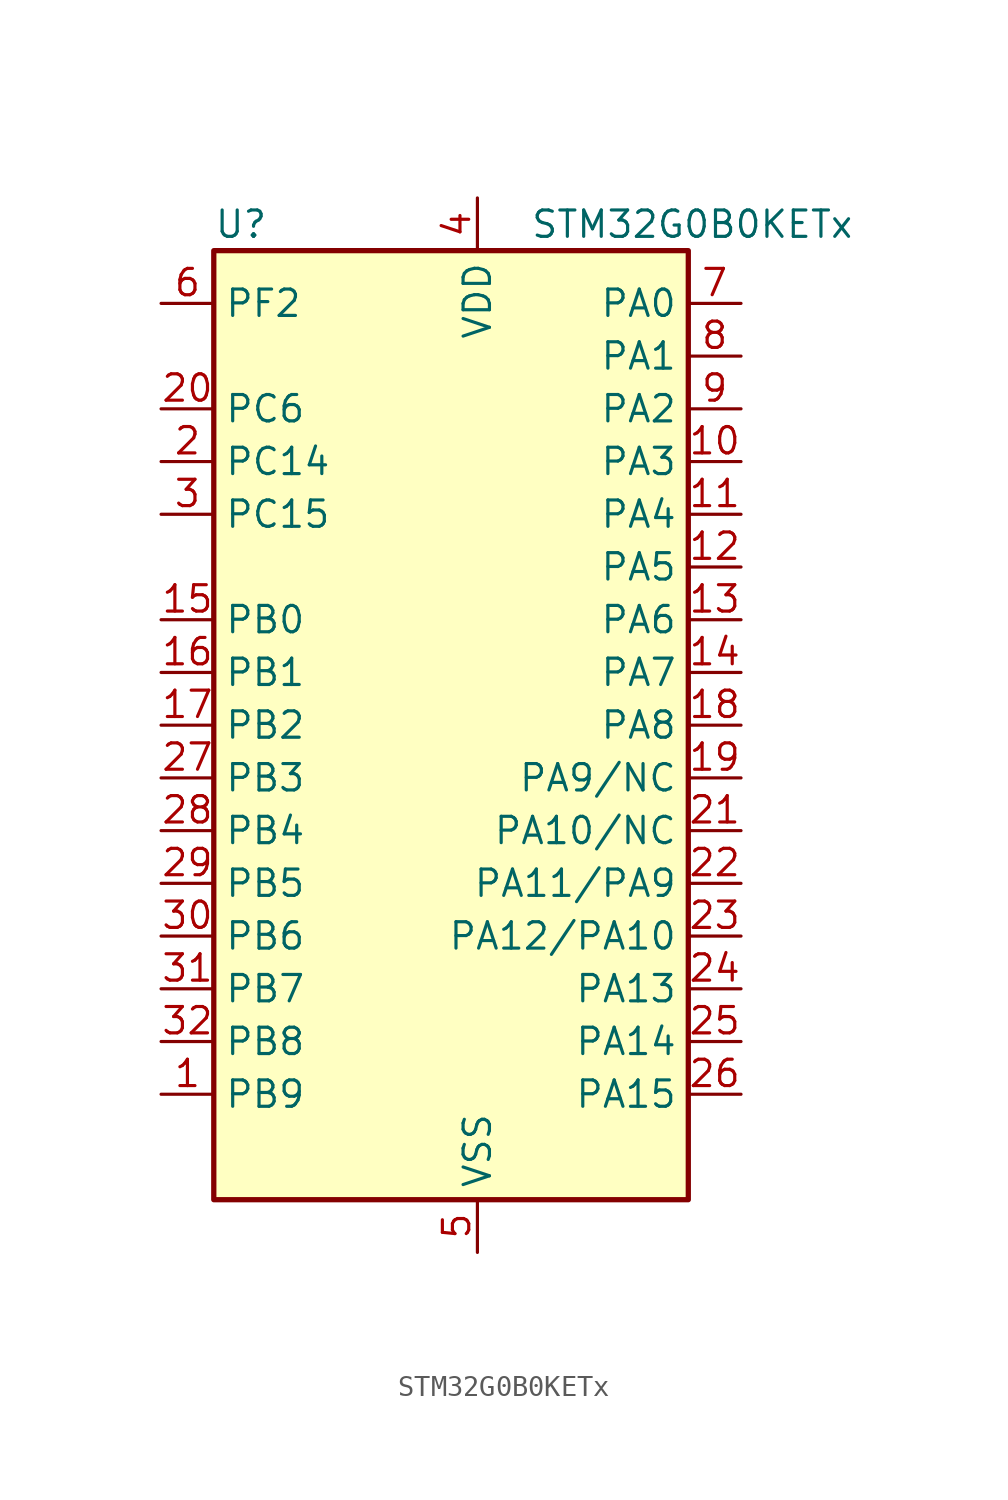
<source format=kicad_sym>
(kicad_symbol_lib
  (version 20211014)
  (generator kicad-library-utils)
  (symbol "STM32G0B0KETx"
    (property "Reference" "U"
      (at -10.16 24.13 0)
      (effects (font (size 1.27 1.27)) (justify left)))
    (property "Value" "STM32G0B0KETx"
      (at 5.08 24.13 0)
      (effects (font (size 1.27 1.27)) (justify left)))
    (property "ki_fp_filters" "QFN*1EP*5x5mm*P0.5mm*"
      (at 0.0 0.0 0.0)
      (effects (font (size 1.27 1.27))))
    (symbol "STM32G0B0KETx_0_1"
      (rectangle (start -10.16 -22.86) (end 12.7 22.86) (stroke (width 0.254)) (fill (type background))))
    (symbol "STM32G0B0KETx_1_1"
      (pin bidirectional line (at -12.7 20.32 0) (length 2.54) (name "PF2" (effects (font (size 1.27 1.27)))) (number "6" (effects (font (size 1.27 1.27)))) (alternate "RCC_MCO" bidirectional line))
      (pin bidirectional line (at -12.7 15.24 0) (length 2.54) (name "PC6" (effects (font (size 1.27 1.27)))) (number "20" (effects (font (size 1.27 1.27)))) (alternate "TIM3_CH1" bidirectional line))
      (pin bidirectional line (at -12.7 12.7 0) (length 2.54) (name "PC14" (effects (font (size 1.27 1.27)))) (number "2" (effects (font (size 1.27 1.27)))) (alternate "RCC_OSC32_IN" bidirectional line) (alternate "RCC_OSC_IN" bidirectional line) (alternate "TIM1_BK2" bidirectional line))
      (pin bidirectional line (at -12.7 10.16 0) (length 2.54) (name "PC15" (effects (font (size 1.27 1.27)))) (number "3" (effects (font (size 1.27 1.27)))) (alternate "RCC_OSC32_EN" bidirectional line) (alternate "RCC_OSC32_OUT" bidirectional line) (alternate "RCC_OSC_EN" bidirectional line) (alternate "TIM15_BK" bidirectional line))
      (pin bidirectional line (at -12.7 5.08 0) (length 2.54) (name "PB0" (effects (font (size 1.27 1.27)))) (number "15" (effects (font (size 1.27 1.27)))) (alternate "ADC1_IN8" bidirectional line) (alternate "I2S1_WS" bidirectional line) (alternate "SPI1_NSS" bidirectional line) (alternate "TIM1_CH2N" bidirectional line) (alternate "TIM3_CH3" bidirectional line) (alternate "USART3_RX" bidirectional line) (alternate "USART5_TX" bidirectional line))
      (pin bidirectional line (at -12.7 2.54 0) (length 2.54) (name "PB1" (effects (font (size 1.27 1.27)))) (number "16" (effects (font (size 1.27 1.27)))) (alternate "ADC1_IN9" bidirectional line) (alternate "TIM14_CH1" bidirectional line) (alternate "TIM1_CH3N" bidirectional line) (alternate "TIM3_CH4" bidirectional line) (alternate "USART3_CK" bidirectional line) (alternate "USART3_DE" bidirectional line) (alternate "USART3_RTS" bidirectional line) (alternate "USART5_RX" bidirectional line))
      (pin bidirectional line (at -12.7 0.0 0) (length 2.54) (name "PB2" (effects (font (size 1.27 1.27)))) (number "17" (effects (font (size 1.27 1.27)))) (alternate "ADC1_IN10" bidirectional line) (alternate "I2S2_MCK" bidirectional line) (alternate "RCC_MCO_2" bidirectional line) (alternate "SPI2_MISO" bidirectional line) (alternate "USART3_TX" bidirectional line))
      (pin bidirectional line (at -12.7 -2.54 0) (length 2.54) (name "PB3" (effects (font (size 1.27 1.27)))) (number "27" (effects (font (size 1.27 1.27)))) (alternate "I2C2_SCL" bidirectional line) (alternate "I2C3_SCL" bidirectional line) (alternate "I2S1_CK" bidirectional line) (alternate "SPI1_SCK" bidirectional line) (alternate "SPI3_SCK" bidirectional line) (alternate "TIM1_CH2" bidirectional line) (alternate "USART1_CK" bidirectional line) (alternate "USART1_DE" bidirectional line) (alternate "USART1_RTS" bidirectional line) (alternate "USART5_TX" bidirectional line))
      (pin bidirectional line (at -12.7 -5.08 0) (length 2.54) (name "PB4" (effects (font (size 1.27 1.27)))) (number "28" (effects (font (size 1.27 1.27)))) (alternate "I2C2_SDA" bidirectional line) (alternate "I2C3_SDA" bidirectional line) (alternate "I2S1_MCK" bidirectional line) (alternate "SPI1_MISO" bidirectional line) (alternate "SPI3_MISO" bidirectional line) (alternate "TIM17_BK" bidirectional line) (alternate "TIM3_CH1" bidirectional line) (alternate "USART1_CTS" bidirectional line) (alternate "USART1_NSS" bidirectional line) (alternate "USART5_RX" bidirectional line))
      (pin bidirectional line (at -12.7 -7.62 0) (length 2.54) (name "PB5" (effects (font (size 1.27 1.27)))) (number "29" (effects (font (size 1.27 1.27)))) (alternate "I2C1_SMBA" bidirectional line) (alternate "I2S1_SD" bidirectional line) (alternate "SPI1_MOSI" bidirectional line) (alternate "SPI3_MOSI" bidirectional line) (alternate "SYS_WKUP6" bidirectional line) (alternate "TIM16_BK" bidirectional line) (alternate "TIM3_CH2" bidirectional line) (alternate "USART5_CK" bidirectional line) (alternate "USART5_DE" bidirectional line) (alternate "USART5_RTS" bidirectional line))
      (pin bidirectional line (at -12.7 -10.16 0) (length 2.54) (name "PB6" (effects (font (size 1.27 1.27)))) (number "30" (effects (font (size 1.27 1.27)))) (alternate "I2C1_SCL" bidirectional line) (alternate "I2S2_MCK" bidirectional line) (alternate "SPI2_MISO" bidirectional line) (alternate "TIM16_CH1N" bidirectional line) (alternate "TIM1_CH3" bidirectional line) (alternate "TIM4_CH1" bidirectional line) (alternate "USART1_TX" bidirectional line) (alternate "USART5_CTS" bidirectional line) (alternate "USART5_NSS" bidirectional line))
      (pin bidirectional line (at -12.7 -12.7 0) (length 2.54) (name "PB7" (effects (font (size 1.27 1.27)))) (number "31" (effects (font (size 1.27 1.27)))) (alternate "I2C1_SDA" bidirectional line) (alternate "I2S2_SD" bidirectional line) (alternate "SPI2_MOSI" bidirectional line) (alternate "TIM17_CH1N" bidirectional line) (alternate "TIM4_CH2" bidirectional line) (alternate "USART1_RX" bidirectional line) (alternate "USART4_CTS" bidirectional line) (alternate "USART4_NSS" bidirectional line))
      (pin bidirectional line (at -12.7 -15.24 0) (length 2.54) (name "PB8" (effects (font (size 1.27 1.27)))) (number "32" (effects (font (size 1.27 1.27)))) (alternate "I2C1_SCL" bidirectional line) (alternate "I2S2_CK" bidirectional line) (alternate "SPI2_SCK" bidirectional line) (alternate "TIM15_BK" bidirectional line) (alternate "TIM16_CH1" bidirectional line) (alternate "TIM4_CH3" bidirectional line) (alternate "USART3_TX" bidirectional line) (alternate "USART6_TX" bidirectional line))
      (pin bidirectional line (at -12.7 -17.78 0) (length 2.54) (name "PB9" (effects (font (size 1.27 1.27)))) (number "1" (effects (font (size 1.27 1.27)))) (alternate "I2C1_SDA" bidirectional line) (alternate "I2S2_WS" bidirectional line) (alternate "IR_OUT" bidirectional line) (alternate "SPI2_NSS" bidirectional line) (alternate "TIM17_CH1" bidirectional line) (alternate "TIM4_CH4" bidirectional line) (alternate "USART3_RX" bidirectional line) (alternate "USART6_RX" bidirectional line))
      (pin bidirectional line (at 15.24 20.32 180) (length 2.54) (name "PA0" (effects (font (size 1.27 1.27)))) (number "7" (effects (font (size 1.27 1.27)))) (alternate "ADC1_IN0" bidirectional line) (alternate "I2S2_CK" bidirectional line) (alternate "RTC_TAMP_IN2" bidirectional line) (alternate "SPI2_SCK" bidirectional line) (alternate "SYS_WKUP1" bidirectional line) (alternate "USART2_CTS" bidirectional line) (alternate "USART2_NSS" bidirectional line) (alternate "USART4_TX" bidirectional line))
      (pin bidirectional line (at 15.24 17.78 180) (length 2.54) (name "PA1" (effects (font (size 1.27 1.27)))) (number "8" (effects (font (size 1.27 1.27)))) (alternate "ADC1_IN1" bidirectional line) (alternate "I2C1_SMBA" bidirectional line) (alternate "I2S1_CK" bidirectional line) (alternate "SPI1_SCK" bidirectional line) (alternate "TIM15_CH1N" bidirectional line) (alternate "USART2_CK" bidirectional line) (alternate "USART2_DE" bidirectional line) (alternate "USART2_RTS" bidirectional line) (alternate "USART4_RX" bidirectional line))
      (pin bidirectional line (at 15.24 15.24 180) (length 2.54) (name "PA2" (effects (font (size 1.27 1.27)))) (number "9" (effects (font (size 1.27 1.27)))) (alternate "ADC1_IN2" bidirectional line) (alternate "I2S1_SD" bidirectional line) (alternate "RCC_LSCO" bidirectional line) (alternate "SPI1_MOSI" bidirectional line) (alternate "SYS_WKUP4" bidirectional line) (alternate "TIM15_CH1" bidirectional line) (alternate "USART2_TX" bidirectional line))
      (pin bidirectional line (at 15.24 12.7 180) (length 2.54) (name "PA3" (effects (font (size 1.27 1.27)))) (number "10" (effects (font (size 1.27 1.27)))) (alternate "ADC1_IN3" bidirectional line) (alternate "I2S2_MCK" bidirectional line) (alternate "SPI2_MISO" bidirectional line) (alternate "TIM15_CH2" bidirectional line) (alternate "USART2_RX" bidirectional line))
      (pin bidirectional line (at 15.24 10.16 180) (length 2.54) (name "PA4" (effects (font (size 1.27 1.27)))) (number "11" (effects (font (size 1.27 1.27)))) (alternate "ADC1_IN4" bidirectional line) (alternate "I2S1_WS" bidirectional line) (alternate "I2S2_SD" bidirectional line) (alternate "RTC_OUT1" bidirectional line) (alternate "RTC_TAMP_IN1" bidirectional line) (alternate "RTC_TS" bidirectional line) (alternate "SPI1_NSS" bidirectional line) (alternate "SPI2_MOSI" bidirectional line) (alternate "SPI3_NSS" bidirectional line) (alternate "SYS_WKUP2" bidirectional line) (alternate "TIM14_CH1" bidirectional line) (alternate "USART6_TX" bidirectional line) (alternate "USB_NOE" bidirectional line))
      (pin bidirectional line (at 15.24 7.62 180) (length 2.54) (name "PA5" (effects (font (size 1.27 1.27)))) (number "12" (effects (font (size 1.27 1.27)))) (alternate "ADC1_IN5" bidirectional line) (alternate "I2S1_CK" bidirectional line) (alternate "SPI1_SCK" bidirectional line) (alternate "USART3_TX" bidirectional line) (alternate "USART6_RX" bidirectional line))
      (pin bidirectional line (at 15.24 5.08 180) (length 2.54) (name "PA6" (effects (font (size 1.27 1.27)))) (number "13" (effects (font (size 1.27 1.27)))) (alternate "ADC1_IN6" bidirectional line) (alternate "I2C2_SDA" bidirectional line) (alternate "I2C3_SDA" bidirectional line) (alternate "I2S1_MCK" bidirectional line) (alternate "SPI1_MISO" bidirectional line) (alternate "TIM16_CH1" bidirectional line) (alternate "TIM1_BK" bidirectional line) (alternate "TIM3_CH1" bidirectional line) (alternate "USART3_CTS" bidirectional line) (alternate "USART3_NSS" bidirectional line) (alternate "USART6_CTS" bidirectional line) (alternate "USART6_NSS" bidirectional line))
      (pin bidirectional line (at 15.24 2.54 180) (length 2.54) (name "PA7" (effects (font (size 1.27 1.27)))) (number "14" (effects (font (size 1.27 1.27)))) (alternate "ADC1_IN7" bidirectional line) (alternate "I2C2_SCL" bidirectional line) (alternate "I2C3_SCL" bidirectional line) (alternate "I2S1_SD" bidirectional line) (alternate "SPI1_MOSI" bidirectional line) (alternate "TIM14_CH1" bidirectional line) (alternate "TIM17_CH1" bidirectional line) (alternate "TIM1_CH1N" bidirectional line) (alternate "TIM3_CH2" bidirectional line) (alternate "USART6_CK" bidirectional line) (alternate "USART6_DE" bidirectional line) (alternate "USART6_RTS" bidirectional line))
      (pin bidirectional line (at 15.24 0.0 180) (length 2.54) (name "PA8" (effects (font (size 1.27 1.27)))) (number "18" (effects (font (size 1.27 1.27)))) (alternate "CRS1_SYNC" bidirectional line) (alternate "I2C2_SMBA" bidirectional line) (alternate "I2S2_WS" bidirectional line) (alternate "RCC_MCO" bidirectional line) (alternate "SPI2_NSS" bidirectional line) (alternate "TIM1_CH1" bidirectional line))
      (pin bidirectional line (at 15.24 -2.54 180) (length 2.54) (name "PA9/NC" (effects (font (size 1.27 1.27)))) (number "19" (effects (font (size 1.27 1.27)))) (alternate "I2C1_SCL" bidirectional line) (alternate "I2C2_SCL" bidirectional line) (alternate "I2S2_MCK" bidirectional line) (alternate "RCC_MCO" bidirectional line) (alternate "SPI2_MISO" bidirectional line) (alternate "TIM15_BK" bidirectional line) (alternate "TIM1_CH2" bidirectional line) (alternate "USART1_TX" bidirectional line))
      (pin bidirectional line (at 15.24 -5.08 180) (length 2.54) (name "PA10/NC" (effects (font (size 1.27 1.27)))) (number "21" (effects (font (size 1.27 1.27)))) (alternate "I2C1_SDA" bidirectional line) (alternate "I2C2_SDA" bidirectional line) (alternate "I2S2_SD" bidirectional line) (alternate "RCC_MCO_2" bidirectional line) (alternate "SPI2_MOSI" bidirectional line) (alternate "TIM17_BK" bidirectional line) (alternate "TIM1_CH3" bidirectional line) (alternate "USART1_RX" bidirectional line))
      (pin bidirectional line (at 15.24 -7.62 180) (length 2.54) (name "PA11/PA9" (effects (font (size 1.27 1.27)))) (number "22" (effects (font (size 1.27 1.27)))) (alternate "ADC1_EXTI11" bidirectional line) (alternate "I2C2_SCL" bidirectional line) (alternate "I2S1_MCK" bidirectional line) (alternate "SPI1_MISO" bidirectional line) (alternate "TIM1_BK2" bidirectional line) (alternate "TIM1_CH4" bidirectional line) (alternate "USART1_CTS" bidirectional line) (alternate "USART1_NSS" bidirectional line) (alternate "USB_DM" bidirectional line))
      (pin bidirectional line (at 15.24 -10.16 180) (length 2.54) (name "PA12/PA10" (effects (font (size 1.27 1.27)))) (number "23" (effects (font (size 1.27 1.27)))) (alternate "I2C2_SDA" bidirectional line) (alternate "I2S1_SD" bidirectional line) (alternate "I2S_CKIN" bidirectional line) (alternate "SPI1_MOSI" bidirectional line) (alternate "TIM1_ETR" bidirectional line) (alternate "USART1_CK" bidirectional line) (alternate "USART1_DE" bidirectional line) (alternate "USART1_RTS" bidirectional line) (alternate "USB_DP" bidirectional line))
      (pin bidirectional line (at 15.24 -12.7 180) (length 2.54) (name "PA13" (effects (font (size 1.27 1.27)))) (number "24" (effects (font (size 1.27 1.27)))) (alternate "IR_OUT" bidirectional line) (alternate "SYS_SWDIO" bidirectional line) (alternate "USB_NOE" bidirectional line))
      (pin bidirectional line (at 15.24 -15.24 180) (length 2.54) (name "PA14" (effects (font (size 1.27 1.27)))) (number "25" (effects (font (size 1.27 1.27)))) (alternate "SYS_SWCLK" bidirectional line) (alternate "USART2_TX" bidirectional line))
      (pin bidirectional line (at 15.24 -17.78 180) (length 2.54) (name "PA15" (effects (font (size 1.27 1.27)))) (number "26" (effects (font (size 1.27 1.27)))) (alternate "I2C2_SMBA" bidirectional line) (alternate "I2S1_WS" bidirectional line) (alternate "RCC_MCO_2" bidirectional line) (alternate "SPI1_NSS" bidirectional line) (alternate "SPI3_NSS" bidirectional line) (alternate "USART2_RX" bidirectional line) (alternate "USART3_CK" bidirectional line) (alternate "USART3_DE" bidirectional line) (alternate "USART3_RTS" bidirectional line) (alternate "USART4_CK" bidirectional line) (alternate "USART4_DE" bidirectional line) (alternate "USART4_RTS" bidirectional line) (alternate "USB_NOE" bidirectional line))
      (pin power_in line (at 2.54 25.4 270) (length 2.54) (name "VDD" (effects (font (size 1.27 1.27)))) (number "4" (effects (font (size 1.27 1.27)))))
      (pin power_in line (at 2.54 -25.4 90) (length 2.54) (name "VSS" (effects (font (size 1.27 1.27)))) (number "5" (effects (font (size 1.27 1.27)))))
      (pin passive line (at 2.54 -25.4 90) (length 2.54) hide (name "VSS" (effects (font (size 1.27 1.27)))) (number "33" (effects (font (size 1.27 1.27))))))))
</source>
